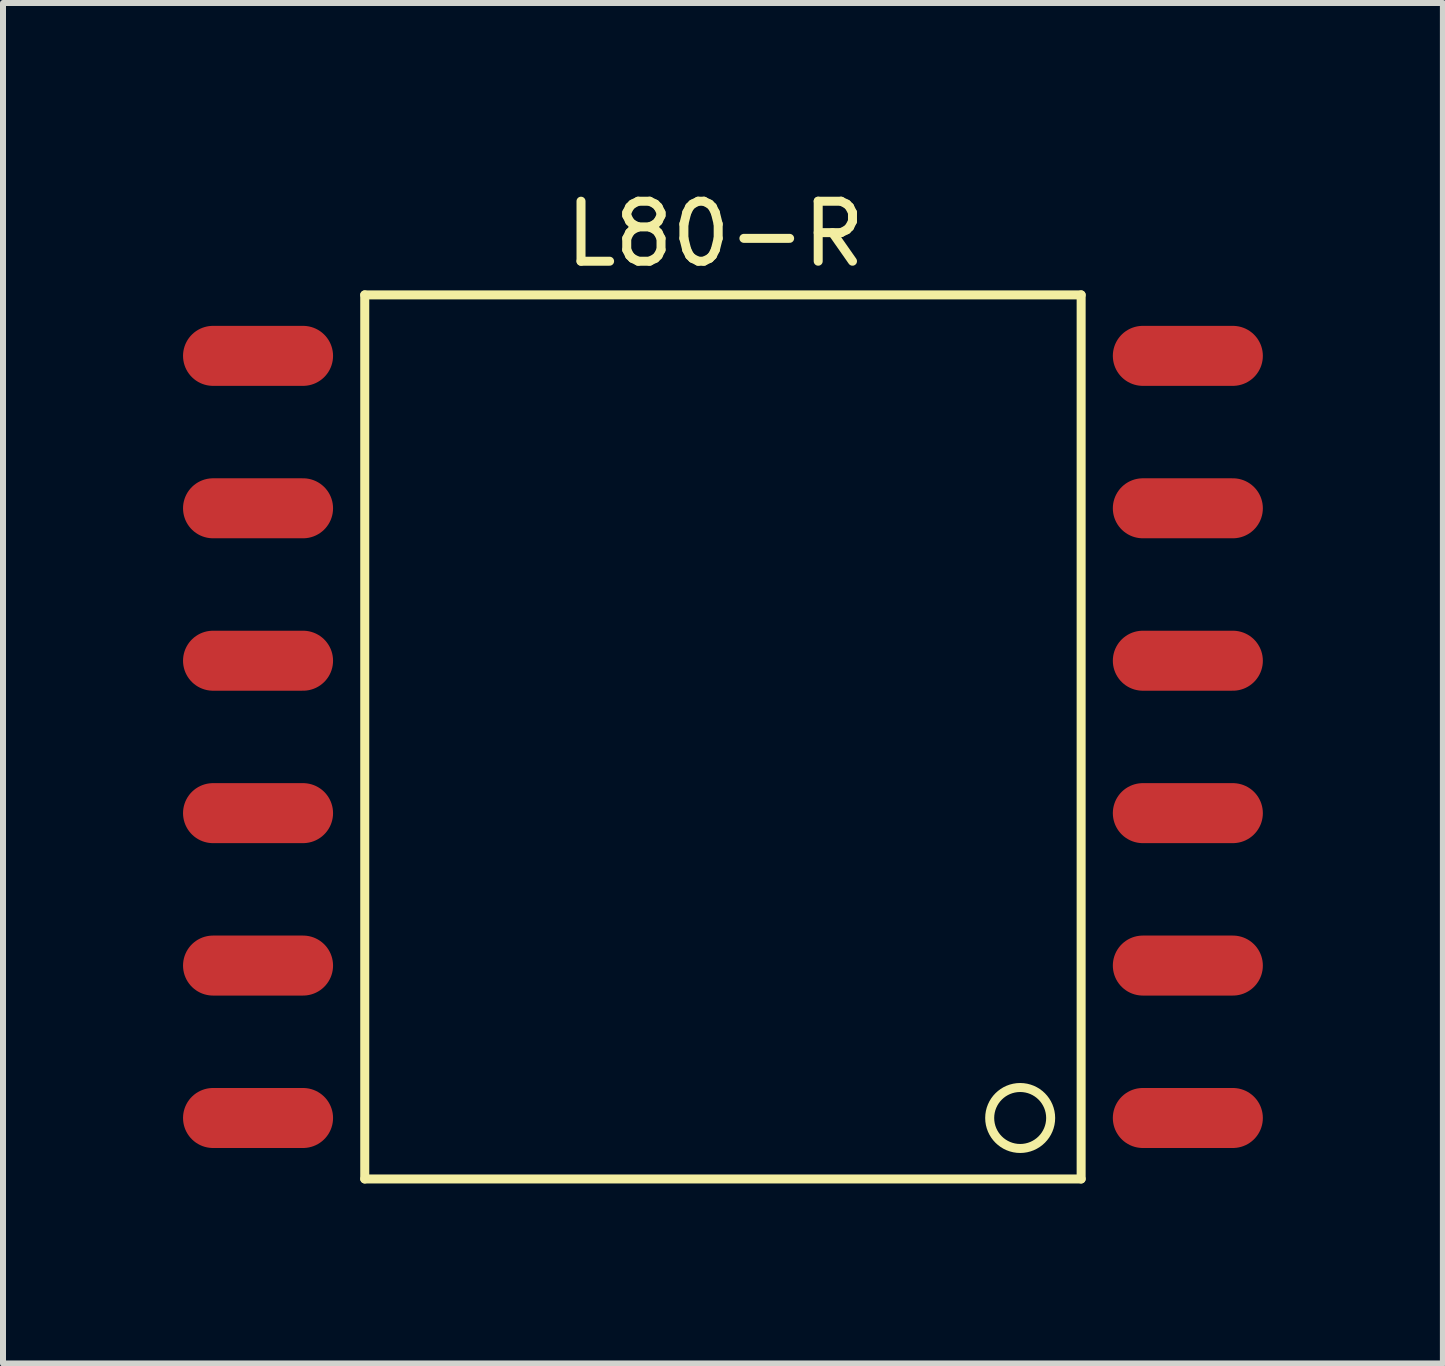
<source format=kicad_pcb>
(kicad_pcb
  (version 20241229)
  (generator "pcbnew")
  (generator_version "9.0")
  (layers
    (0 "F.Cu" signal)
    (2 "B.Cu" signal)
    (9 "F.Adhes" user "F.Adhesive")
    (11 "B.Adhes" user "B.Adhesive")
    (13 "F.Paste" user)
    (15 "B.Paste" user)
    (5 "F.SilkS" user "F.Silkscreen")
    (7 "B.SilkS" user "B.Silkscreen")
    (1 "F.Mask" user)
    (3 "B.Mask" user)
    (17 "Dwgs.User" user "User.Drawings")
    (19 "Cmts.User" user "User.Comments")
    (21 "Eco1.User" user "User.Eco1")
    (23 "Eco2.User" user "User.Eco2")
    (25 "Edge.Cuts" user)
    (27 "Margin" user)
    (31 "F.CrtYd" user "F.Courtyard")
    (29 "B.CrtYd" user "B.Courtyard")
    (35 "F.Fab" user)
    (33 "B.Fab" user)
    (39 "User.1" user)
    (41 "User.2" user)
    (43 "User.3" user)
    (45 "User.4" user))
  (footprint "L80-R"
    (layer "F.Cu")
    (at 8.87 9.23)
    (property "Reference" "L80-R" (at 0 -8.382 0) (layer "F.SilkS") (effects (font (size 1 1) (thickness 0.15))))
    (attr through_hole)
    (fp_line (start -5.842 -7.366) (end -5.842 7.366) (stroke (width 0.15) (type solid)) (layer "F.SilkS"))
    (fp_line (start -5.842 7.366) (end 6.096 7.366) (stroke (width 0.15) (type solid)) (layer "F.SilkS"))
    (fp_line (start 6.096 -7.366) (end -5.842 -7.366) (stroke (width 0.15) (type solid)) (layer "F.SilkS"))
    (fp_line (start 6.096 7.366) (end 6.096 -7.366) (stroke (width 0.15) (type solid)) (layer "F.SilkS"))
    (fp_circle (center 5.08 6.35) (end 4.572 6.35) (stroke (width 0.15) (type solid)) (fill no) (layer "F.SilkS"))
    (pad "1" smd oval (at 7.874 6.35) (size 2.5 1) (layers "F.Cu" "F.Mask" "F.Paste"))
    (pad "2" smd oval (at 7.874 3.81) (size 2.5 1) (layers "F.Cu" "F.Mask" "F.Paste"))
    (pad "3" smd oval (at 7.874 1.27) (size 2.5 1) (layers "F.Cu" "F.Mask" "F.Paste"))
    (pad "4" smd oval (at 7.874 -1.27) (size 2.5 1) (layers "F.Cu" "F.Mask" "F.Paste"))
    (pad "5" smd oval (at 7.874 -3.81) (size 2.5 1) (layers "F.Cu" "F.Mask" "F.Paste"))
    (pad "6" smd oval (at 7.874 -6.35) (size 2.5 1) (layers "F.Cu" "F.Mask" "F.Paste"))
    (pad "7" smd oval (at -7.62 -6.35) (size 2.5 1) (layers "F.Cu" "F.Mask" "F.Paste"))
    (pad "8" smd oval (at -7.62 -3.81) (size 2.5 1) (layers "F.Cu" "F.Mask" "F.Paste"))
    (pad "9" smd oval (at -7.62 -1.27) (size 2.5 1) (layers "F.Cu" "F.Mask" "F.Paste"))
    (pad "10" smd oval (at -7.62 1.27) (size 2.5 1) (layers "F.Cu" "F.Mask" "F.Paste"))
    (pad "11" smd oval (at -7.62 3.81) (size 2.5 1) (layers "F.Cu" "F.Mask" "F.Paste"))
    (pad "12" smd oval (at -7.62 6.35) (size 2.5 1) (layers "F.Cu" "F.Mask" "F.Paste")))
  (gr_rect
    (start -3 -3)
    (end 20.994 19.671)
    (stroke (width 0.1) (type default))
    (fill no)
    (layer "Edge.Cuts")))
</source>
